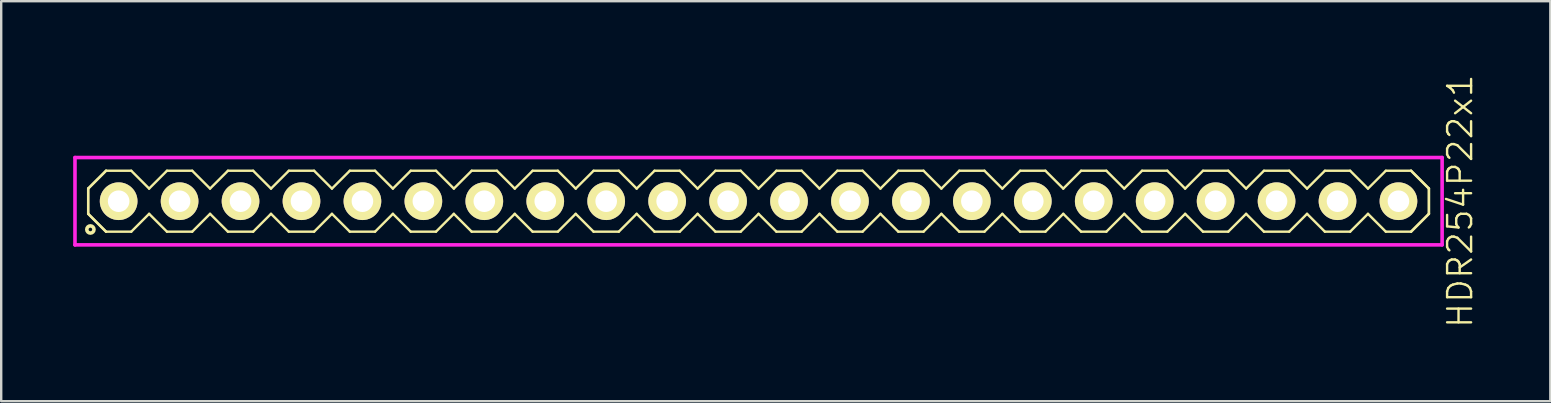
<source format=kicad_pcb>
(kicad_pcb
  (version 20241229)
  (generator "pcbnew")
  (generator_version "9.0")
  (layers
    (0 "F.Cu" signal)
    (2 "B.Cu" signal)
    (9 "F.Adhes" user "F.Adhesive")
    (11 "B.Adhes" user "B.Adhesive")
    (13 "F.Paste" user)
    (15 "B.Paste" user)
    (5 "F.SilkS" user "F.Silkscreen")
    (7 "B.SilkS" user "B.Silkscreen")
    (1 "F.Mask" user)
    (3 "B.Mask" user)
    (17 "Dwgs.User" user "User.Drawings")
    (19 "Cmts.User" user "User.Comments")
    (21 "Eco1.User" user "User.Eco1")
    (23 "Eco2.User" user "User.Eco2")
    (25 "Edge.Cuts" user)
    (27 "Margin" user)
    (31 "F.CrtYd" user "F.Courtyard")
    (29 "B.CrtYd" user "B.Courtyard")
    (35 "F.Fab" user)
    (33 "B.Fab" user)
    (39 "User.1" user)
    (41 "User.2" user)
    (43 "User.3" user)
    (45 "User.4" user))
  (footprint "HDR254P22x1"
    (layer "F.Cu")
    (at 28.565 5.336)
    (property "Reference" "HDR254P22x1" (at 29.24 0 90) (layer "F.SilkS") (effects (font (size 1 1) (thickness 0.1))))
    (attr through_hole)
    (fp_line (start -27.94 -0.526) (end -27.196 -1.27) (stroke (width 0.1) (type solid)) (layer "F.SilkS"))
    (fp_line (start -27.94 -0.526) (end -27.196 -1.27) (stroke (width 0.1) (type solid)) (layer "F.SilkS"))
    (fp_line (start -27.94 0.526) (end -27.94 -0.526) (stroke (width 0.1) (type solid)) (layer "F.SilkS"))
    (fp_line (start -27.94 0.526) (end -27.94 -0.526) (stroke (width 0.1) (type solid)) (layer "F.SilkS"))
    (fp_line (start -27.196 -1.27) (end -26.144 -1.27) (stroke (width 0.1) (type solid)) (layer "F.SilkS"))
    (fp_line (start -27.196 1.27) (end -27.94 0.526) (stroke (width 0.1) (type solid)) (layer "F.SilkS"))
    (fp_line (start -27.196 1.27) (end -27.94 0.526) (stroke (width 0.1) (type solid)) (layer "F.SilkS"))
    (fp_line (start -26.144 -1.27) (end -25.4 -0.526) (stroke (width 0.1) (type solid)) (layer "F.SilkS"))
    (fp_line (start -26.144 1.27) (end -27.196 1.27) (stroke (width 0.1) (type solid)) (layer "F.SilkS"))
    (fp_line (start -25.4 -0.526) (end -24.656 -1.27) (stroke (width 0.1) (type solid)) (layer "F.SilkS"))
    (fp_line (start -25.4 0.526) (end -26.144 1.27) (stroke (width 0.1) (type solid)) (layer "F.SilkS"))
    (fp_line (start -24.656 -1.27) (end -23.604 -1.27) (stroke (width 0.1) (type solid)) (layer "F.SilkS"))
    (fp_line (start -24.656 1.27) (end -25.4 0.526) (stroke (width 0.1) (type solid)) (layer "F.SilkS"))
    (fp_line (start -23.604 -1.27) (end -22.86 -0.526) (stroke (width 0.1) (type solid)) (layer "F.SilkS"))
    (fp_line (start -23.604 1.27) (end -24.656 1.27) (stroke (width 0.1) (type solid)) (layer "F.SilkS"))
    (fp_line (start -22.86 -0.526) (end -22.116 -1.27) (stroke (width 0.1) (type solid)) (layer "F.SilkS"))
    (fp_line (start -22.86 0.526) (end -23.604 1.27) (stroke (width 0.1) (type solid)) (layer "F.SilkS"))
    (fp_line (start -22.116 -1.27) (end -21.064 -1.27) (stroke (width 0.1) (type solid)) (layer "F.SilkS"))
    (fp_line (start -22.116 1.27) (end -22.86 0.526) (stroke (width 0.1) (type solid)) (layer "F.SilkS"))
    (fp_line (start -21.064 -1.27) (end -20.32 -0.526) (stroke (width 0.1) (type solid)) (layer "F.SilkS"))
    (fp_line (start -21.064 1.27) (end -22.116 1.27) (stroke (width 0.1) (type solid)) (layer "F.SilkS"))
    (fp_line (start -20.32 -0.526) (end -19.576 -1.27) (stroke (width 0.1) (type solid)) (layer "F.SilkS"))
    (fp_line (start -20.32 0.526) (end -21.064 1.27) (stroke (width 0.1) (type solid)) (layer "F.SilkS"))
    (fp_line (start -19.576 -1.27) (end -18.524 -1.27) (stroke (width 0.1) (type solid)) (layer "F.SilkS"))
    (fp_line (start -19.576 1.27) (end -20.32 0.526) (stroke (width 0.1) (type solid)) (layer "F.SilkS"))
    (fp_line (start -18.524 -1.27) (end -17.78 -0.526) (stroke (width 0.1) (type solid)) (layer "F.SilkS"))
    (fp_line (start -18.524 1.27) (end -19.576 1.27) (stroke (width 0.1) (type solid)) (layer "F.SilkS"))
    (fp_line (start -17.78 -0.526) (end -17.036 -1.27) (stroke (width 0.1) (type solid)) (layer "F.SilkS"))
    (fp_line (start -17.78 0.526) (end -18.524 1.27) (stroke (width 0.1) (type solid)) (layer "F.SilkS"))
    (fp_line (start -17.036 -1.27) (end -15.984 -1.27) (stroke (width 0.1) (type solid)) (layer "F.SilkS"))
    (fp_line (start -17.036 1.27) (end -17.78 0.526) (stroke (width 0.1) (type solid)) (layer "F.SilkS"))
    (fp_line (start -15.984 -1.27) (end -15.24 -0.526) (stroke (width 0.1) (type solid)) (layer "F.SilkS"))
    (fp_line (start -15.984 1.27) (end -17.036 1.27) (stroke (width 0.1) (type solid)) (layer "F.SilkS"))
    (fp_line (start -15.24 -0.526) (end -14.496 -1.27) (stroke (width 0.1) (type solid)) (layer "F.SilkS"))
    (fp_line (start -15.24 0.526) (end -15.984 1.27) (stroke (width 0.1) (type solid)) (layer "F.SilkS"))
    (fp_line (start -14.496 -1.27) (end -13.444 -1.27) (stroke (width 0.1) (type solid)) (layer "F.SilkS"))
    (fp_line (start -14.496 1.27) (end -15.24 0.526) (stroke (width 0.1) (type solid)) (layer "F.SilkS"))
    (fp_line (start -13.444 -1.27) (end -12.7 -0.526) (stroke (width 0.1) (type solid)) (layer "F.SilkS"))
    (fp_line (start -13.444 1.27) (end -14.496 1.27) (stroke (width 0.1) (type solid)) (layer "F.SilkS"))
    (fp_line (start -12.7 -0.526) (end -11.956 -1.27) (stroke (width 0.1) (type solid)) (layer "F.SilkS"))
    (fp_line (start -12.7 0.526) (end -13.444 1.27) (stroke (width 0.1) (type solid)) (layer "F.SilkS"))
    (fp_line (start -11.956 -1.27) (end -10.904 -1.27) (stroke (width 0.1) (type solid)) (layer "F.SilkS"))
    (fp_line (start -11.956 1.27) (end -12.7 0.526) (stroke (width 0.1) (type solid)) (layer "F.SilkS"))
    (fp_line (start -10.904 -1.27) (end -10.16 -0.526) (stroke (width 0.1) (type solid)) (layer "F.SilkS"))
    (fp_line (start -10.904 1.27) (end -11.956 1.27) (stroke (width 0.1) (type solid)) (layer "F.SilkS"))
    (fp_line (start -10.16 -0.526) (end -9.416 -1.27) (stroke (width 0.1) (type solid)) (layer "F.SilkS"))
    (fp_line (start -10.16 0.526) (end -10.904 1.27) (stroke (width 0.1) (type solid)) (layer "F.SilkS"))
    (fp_line (start -9.416 -1.27) (end -8.364 -1.27) (stroke (width 0.1) (type solid)) (layer "F.SilkS"))
    (fp_line (start -9.416 1.27) (end -10.16 0.526) (stroke (width 0.1) (type solid)) (layer "F.SilkS"))
    (fp_line (start -8.364 -1.27) (end -7.62 -0.526) (stroke (width 0.1) (type solid)) (layer "F.SilkS"))
    (fp_line (start -8.364 1.27) (end -9.416 1.27) (stroke (width 0.1) (type solid)) (layer "F.SilkS"))
    (fp_line (start -7.62 -0.526) (end -6.876 -1.27) (stroke (width 0.1) (type solid)) (layer "F.SilkS"))
    (fp_line (start -7.62 0.526) (end -8.364 1.27) (stroke (width 0.1) (type solid)) (layer "F.SilkS"))
    (fp_line (start -6.876 -1.27) (end -5.824 -1.27) (stroke (width 0.1) (type solid)) (layer "F.SilkS"))
    (fp_line (start -6.876 1.27) (end -7.62 0.526) (stroke (width 0.1) (type solid)) (layer "F.SilkS"))
    (fp_line (start -5.824 -1.27) (end -5.08 -0.526) (stroke (width 0.1) (type solid)) (layer "F.SilkS"))
    (fp_line (start -5.824 1.27) (end -6.876 1.27) (stroke (width 0.1) (type solid)) (layer "F.SilkS"))
    (fp_line (start -5.08 -0.526) (end -4.336 -1.27) (stroke (width 0.1) (type solid)) (layer "F.SilkS"))
    (fp_line (start -5.08 0.526) (end -5.824 1.27) (stroke (width 0.1) (type solid)) (layer "F.SilkS"))
    (fp_line (start -4.336 -1.27) (end -3.284 -1.27) (stroke (width 0.1) (type solid)) (layer "F.SilkS"))
    (fp_line (start -4.336 1.27) (end -5.08 0.526) (stroke (width 0.1) (type solid)) (layer "F.SilkS"))
    (fp_line (start -3.284 -1.27) (end -2.54 -0.526) (stroke (width 0.1) (type solid)) (layer "F.SilkS"))
    (fp_line (start -3.284 1.27) (end -4.336 1.27) (stroke (width 0.1) (type solid)) (layer "F.SilkS"))
    (fp_line (start -2.54 -0.526) (end -1.796 -1.27) (stroke (width 0.1) (type solid)) (layer "F.SilkS"))
    (fp_line (start -2.54 0.526) (end -3.284 1.27) (stroke (width 0.1) (type solid)) (layer "F.SilkS"))
    (fp_line (start -1.796 -1.27) (end -0.744 -1.27) (stroke (width 0.1) (type solid)) (layer "F.SilkS"))
    (fp_line (start -1.796 1.27) (end -2.54 0.526) (stroke (width 0.1) (type solid)) (layer "F.SilkS"))
    (fp_line (start -0.744 -1.27) (end 0 -0.526) (stroke (width 0.1) (type solid)) (layer "F.SilkS"))
    (fp_line (start -0.744 1.27) (end -1.796 1.27) (stroke (width 0.1) (type solid)) (layer "F.SilkS"))
    (fp_line (start 0 -0.526) (end 0.744 -1.27) (stroke (width 0.1) (type solid)) (layer "F.SilkS"))
    (fp_line (start 0 0.526) (end -0.744 1.27) (stroke (width 0.1) (type solid)) (layer "F.SilkS"))
    (fp_line (start 0.744 -1.27) (end 1.796 -1.27) (stroke (width 0.1) (type solid)) (layer "F.SilkS"))
    (fp_line (start 0.744 1.27) (end 0 0.526) (stroke (width 0.1) (type solid)) (layer "F.SilkS"))
    (fp_line (start 1.796 -1.27) (end 2.54 -0.526) (stroke (width 0.1) (type solid)) (layer "F.SilkS"))
    (fp_line (start 1.796 1.27) (end 0.744 1.27) (stroke (width 0.1) (type solid)) (layer "F.SilkS"))
    (fp_line (start 2.54 -0.526) (end 3.284 -1.27) (stroke (width 0.1) (type solid)) (layer "F.SilkS"))
    (fp_line (start 2.54 0.526) (end 1.796 1.27) (stroke (width 0.1) (type solid)) (layer "F.SilkS"))
    (fp_line (start 3.284 -1.27) (end 4.336 -1.27) (stroke (width 0.1) (type solid)) (layer "F.SilkS"))
    (fp_line (start 3.284 1.27) (end 2.54 0.526) (stroke (width 0.1) (type solid)) (layer "F.SilkS"))
    (fp_line (start 4.336 -1.27) (end 5.08 -0.526) (stroke (width 0.1) (type solid)) (layer "F.SilkS"))
    (fp_line (start 4.336 1.27) (end 3.284 1.27) (stroke (width 0.1) (type solid)) (layer "F.SilkS"))
    (fp_line (start 5.08 -0.526) (end 5.824 -1.27) (stroke (width 0.1) (type solid)) (layer "F.SilkS"))
    (fp_line (start 5.08 0.526) (end 4.336 1.27) (stroke (width 0.1) (type solid)) (layer "F.SilkS"))
    (fp_line (start 5.824 -1.27) (end 6.876 -1.27) (stroke (width 0.1) (type solid)) (layer "F.SilkS"))
    (fp_line (start 5.824 1.27) (end 5.08 0.526) (stroke (width 0.1) (type solid)) (layer "F.SilkS"))
    (fp_line (start 6.876 -1.27) (end 7.62 -0.526) (stroke (width 0.1) (type solid)) (layer "F.SilkS"))
    (fp_line (start 6.876 1.27) (end 5.824 1.27) (stroke (width 0.1) (type solid)) (layer "F.SilkS"))
    (fp_line (start 7.62 -0.526) (end 8.364 -1.27) (stroke (width 0.1) (type solid)) (layer "F.SilkS"))
    (fp_line (start 7.62 0.526) (end 6.876 1.27) (stroke (width 0.1) (type solid)) (layer "F.SilkS"))
    (fp_line (start 8.364 -1.27) (end 9.416 -1.27) (stroke (width 0.1) (type solid)) (layer "F.SilkS"))
    (fp_line (start 8.364 1.27) (end 7.62 0.526) (stroke (width 0.1) (type solid)) (layer "F.SilkS"))
    (fp_line (start 9.416 -1.27) (end 10.16 -0.526) (stroke (width 0.1) (type solid)) (layer "F.SilkS"))
    (fp_line (start 9.416 1.27) (end 8.364 1.27) (stroke (width 0.1) (type solid)) (layer "F.SilkS"))
    (fp_line (start 10.16 -0.526) (end 10.904 -1.27) (stroke (width 0.1) (type solid)) (layer "F.SilkS"))
    (fp_line (start 10.16 0.526) (end 9.416 1.27) (stroke (width 0.1) (type solid)) (layer "F.SilkS"))
    (fp_line (start 10.904 -1.27) (end 11.956 -1.27) (stroke (width 0.1) (type solid)) (layer "F.SilkS"))
    (fp_line (start 10.904 1.27) (end 10.16 0.526) (stroke (width 0.1) (type solid)) (layer "F.SilkS"))
    (fp_line (start 11.956 -1.27) (end 12.7 -0.526) (stroke (width 0.1) (type solid)) (layer "F.SilkS"))
    (fp_line (start 11.956 1.27) (end 10.904 1.27) (stroke (width 0.1) (type solid)) (layer "F.SilkS"))
    (fp_line (start 12.7 -0.526) (end 13.444 -1.27) (stroke (width 0.1) (type solid)) (layer "F.SilkS"))
    (fp_line (start 12.7 0.526) (end 11.956 1.27) (stroke (width 0.1) (type solid)) (layer "F.SilkS"))
    (fp_line (start 13.444 -1.27) (end 14.496 -1.27) (stroke (width 0.1) (type solid)) (layer "F.SilkS"))
    (fp_line (start 13.444 1.27) (end 12.7 0.526) (stroke (width 0.1) (type solid)) (layer "F.SilkS"))
    (fp_line (start 14.496 -1.27) (end 15.24 -0.526) (stroke (width 0.1) (type solid)) (layer "F.SilkS"))
    (fp_line (start 14.496 1.27) (end 13.444 1.27) (stroke (width 0.1) (type solid)) (layer "F.SilkS"))
    (fp_line (start 15.24 -0.526) (end 15.984 -1.27) (stroke (width 0.1) (type solid)) (layer "F.SilkS"))
    (fp_line (start 15.24 0.526) (end 14.496 1.27) (stroke (width 0.1) (type solid)) (layer "F.SilkS"))
    (fp_line (start 15.984 -1.27) (end 17.036 -1.27) (stroke (width 0.1) (type solid)) (layer "F.SilkS"))
    (fp_line (start 15.984 1.27) (end 15.24 0.526) (stroke (width 0.1) (type solid)) (layer "F.SilkS"))
    (fp_line (start 17.036 -1.27) (end 17.78 -0.526) (stroke (width 0.1) (type solid)) (layer "F.SilkS"))
    (fp_line (start 17.036 1.27) (end 15.984 1.27) (stroke (width 0.1) (type solid)) (layer "F.SilkS"))
    (fp_line (start 17.78 -0.526) (end 18.524 -1.27) (stroke (width 0.1) (type solid)) (layer "F.SilkS"))
    (fp_line (start 17.78 0.526) (end 17.036 1.27) (stroke (width 0.1) (type solid)) (layer "F.SilkS"))
    (fp_line (start 18.524 -1.27) (end 19.576 -1.27) (stroke (width 0.1) (type solid)) (layer "F.SilkS"))
    (fp_line (start 18.524 1.27) (end 17.78 0.526) (stroke (width 0.1) (type solid)) (layer "F.SilkS"))
    (fp_line (start 19.576 -1.27) (end 20.32 -0.526) (stroke (width 0.1) (type solid)) (layer "F.SilkS"))
    (fp_line (start 19.576 1.27) (end 18.524 1.27) (stroke (width 0.1) (type solid)) (layer "F.SilkS"))
    (fp_line (start 20.32 -0.526) (end 21.064 -1.27) (stroke (width 0.1) (type solid)) (layer "F.SilkS"))
    (fp_line (start 20.32 0.526) (end 19.576 1.27) (stroke (width 0.1) (type solid)) (layer "F.SilkS"))
    (fp_line (start 21.064 -1.27) (end 22.116 -1.27) (stroke (width 0.1) (type solid)) (layer "F.SilkS"))
    (fp_line (start 21.064 1.27) (end 20.32 0.526) (stroke (width 0.1) (type solid)) (layer "F.SilkS"))
    (fp_line (start 22.116 -1.27) (end 22.86 -0.526) (stroke (width 0.1) (type solid)) (layer "F.SilkS"))
    (fp_line (start 22.116 1.27) (end 21.064 1.27) (stroke (width 0.1) (type solid)) (layer "F.SilkS"))
    (fp_line (start 22.86 -0.526) (end 23.604 -1.27) (stroke (width 0.1) (type solid)) (layer "F.SilkS"))
    (fp_line (start 22.86 0.526) (end 22.116 1.27) (stroke (width 0.1) (type solid)) (layer "F.SilkS"))
    (fp_line (start 23.604 -1.27) (end 24.656 -1.27) (stroke (width 0.1) (type solid)) (layer "F.SilkS"))
    (fp_line (start 23.604 1.27) (end 22.86 0.526) (stroke (width 0.1) (type solid)) (layer "F.SilkS"))
    (fp_line (start 24.656 -1.27) (end 25.4 -0.526) (stroke (width 0.1) (type solid)) (layer "F.SilkS"))
    (fp_line (start 24.656 1.27) (end 23.604 1.27) (stroke (width 0.1) (type solid)) (layer "F.SilkS"))
    (fp_line (start 25.4 -0.526) (end 26.144 -1.27) (stroke (width 0.1) (type solid)) (layer "F.SilkS"))
    (fp_line (start 25.4 0.526) (end 24.656 1.27) (stroke (width 0.1) (type solid)) (layer "F.SilkS"))
    (fp_line (start 26.144 -1.27) (end 27.196 -1.27) (stroke (width 0.1) (type solid)) (layer "F.SilkS"))
    (fp_line (start 26.144 1.27) (end 25.4 0.526) (stroke (width 0.1) (type solid)) (layer "F.SilkS"))
    (fp_line (start 27.196 -1.27) (end 27.94 -0.526) (stroke (width 0.1) (type solid)) (layer "F.SilkS"))
    (fp_line (start 27.196 -1.27) (end 27.94 -0.526) (stroke (width 0.1) (type solid)) (layer "F.SilkS"))
    (fp_line (start 27.196 1.27) (end 26.144 1.27) (stroke (width 0.1) (type solid)) (layer "F.SilkS"))
    (fp_line (start 27.94 -0.526) (end 27.94 0.526) (stroke (width 0.1) (type solid)) (layer "F.SilkS"))
    (fp_line (start 27.94 -0.526) (end 27.94 0.526) (stroke (width 0.1) (type solid)) (layer "F.SilkS"))
    (fp_line (start 27.94 0.526) (end 27.196 1.27) (stroke (width 0.1) (type solid)) (layer "F.SilkS"))
    (fp_line (start 27.94 0.526) (end 27.196 1.27) (stroke (width 0.1) (type solid)) (layer "F.SilkS"))
    (fp_circle (center -27.848 1.178) (end -27.698 1.178) (stroke (width 0.15) (type solid)) (fill no) (layer "F.SilkS"))
    (fp_line (start -28.49 -1.82) (end -28.49 1.82) (stroke (width 0.15) (type solid)) (layer "F.CrtYd"))
    (fp_line (start -28.49 1.82) (end 28.49 1.82) (stroke (width 0.15) (type solid)) (layer "F.CrtYd"))
    (fp_line (start 28.49 -1.82) (end -28.49 -1.82) (stroke (width 0.15) (type solid)) (layer "F.CrtYd"))
    (fp_line (start 28.49 1.82) (end 28.49 -1.82) (stroke (width 0.15) (type solid)) (layer "F.CrtYd"))
    (pad "1" thru_hole oval (at -26.67 0) (size 1.57 1.57) (drill 0.9) (layers "*.Cu" "*.Mask" "F.SilkS"))
    (pad "2" thru_hole oval (at -24.13 0) (size 1.57 1.57) (drill 0.9) (layers "*.Cu" "*.Mask" "F.SilkS"))
    (pad "3" thru_hole oval (at -21.59 0) (size 1.57 1.57) (drill 0.9) (layers "*.Cu" "*.Mask" "F.SilkS"))
    (pad "4" thru_hole oval (at -19.05 0) (size 1.57 1.57) (drill 0.9) (layers "*.Cu" "*.Mask" "F.SilkS"))
    (pad "5" thru_hole oval (at -16.51 0) (size 1.57 1.57) (drill 0.9) (layers "*.Cu" "*.Mask" "F.SilkS"))
    (pad "6" thru_hole oval (at -13.97 0) (size 1.57 1.57) (drill 0.9) (layers "*.Cu" "*.Mask" "F.SilkS"))
    (pad "7" thru_hole oval (at -11.43 0) (size 1.57 1.57) (drill 0.9) (layers "*.Cu" "*.Mask" "F.SilkS"))
    (pad "8" thru_hole oval (at -8.89 0) (size 1.57 1.57) (drill 0.9) (layers "*.Cu" "*.Mask" "F.SilkS"))
    (pad "9" thru_hole oval (at -6.35 0) (size 1.57 1.57) (drill 0.9) (layers "*.Cu" "*.Mask" "F.SilkS"))
    (pad "10" thru_hole oval (at -3.81 0) (size 1.57 1.57) (drill 0.9) (layers "*.Cu" "*.Mask" "F.SilkS"))
    (pad "11" thru_hole oval (at -1.27 0) (size 1.57 1.57) (drill 0.9) (layers "*.Cu" "*.Mask" "F.SilkS"))
    (pad "12" thru_hole oval (at 1.27 0) (size 1.57 1.57) (drill 0.9) (layers "*.Cu" "*.Mask" "F.SilkS"))
    (pad "13" thru_hole oval (at 3.81 0) (size 1.57 1.57) (drill 0.9) (layers "*.Cu" "*.Mask" "F.SilkS"))
    (pad "14" thru_hole oval (at 6.35 0) (size 1.57 1.57) (drill 0.9) (layers "*.Cu" "*.Mask" "F.SilkS"))
    (pad "15" thru_hole oval (at 8.89 0) (size 1.57 1.57) (drill 0.9) (layers "*.Cu" "*.Mask" "F.SilkS"))
    (pad "16" thru_hole oval (at 11.43 0) (size 1.57 1.57) (drill 0.9) (layers "*.Cu" "*.Mask" "F.SilkS"))
    (pad "17" thru_hole oval (at 13.97 0) (size 1.57 1.57) (drill 0.9) (layers "*.Cu" "*.Mask" "F.SilkS"))
    (pad "18" thru_hole oval (at 16.51 0) (size 1.57 1.57) (drill 0.9) (layers "*.Cu" "*.Mask" "F.SilkS"))
    (pad "19" thru_hole oval (at 19.05 0) (size 1.57 1.57) (drill 0.9) (layers "*.Cu" "*.Mask" "F.SilkS"))
    (pad "20" thru_hole oval (at 21.59 0) (size 1.57 1.57) (drill 0.9) (layers "*.Cu" "*.Mask" "F.SilkS"))
    (pad "21" thru_hole oval (at 24.13 0) (size 1.57 1.57) (drill 0.9) (layers "*.Cu" "*.Mask" "F.SilkS"))
    (pad "22" thru_hole oval (at 26.67 0) (size 1.57 1.57) (drill 0.9) (layers "*.Cu" "*.Mask" "F.SilkS")))
  (gr_rect
    (start -3 -3)
    (end 61.566 13.671)
    (stroke (width 0.1) (type default))
    (fill no)
    (layer "Edge.Cuts")))
</source>
